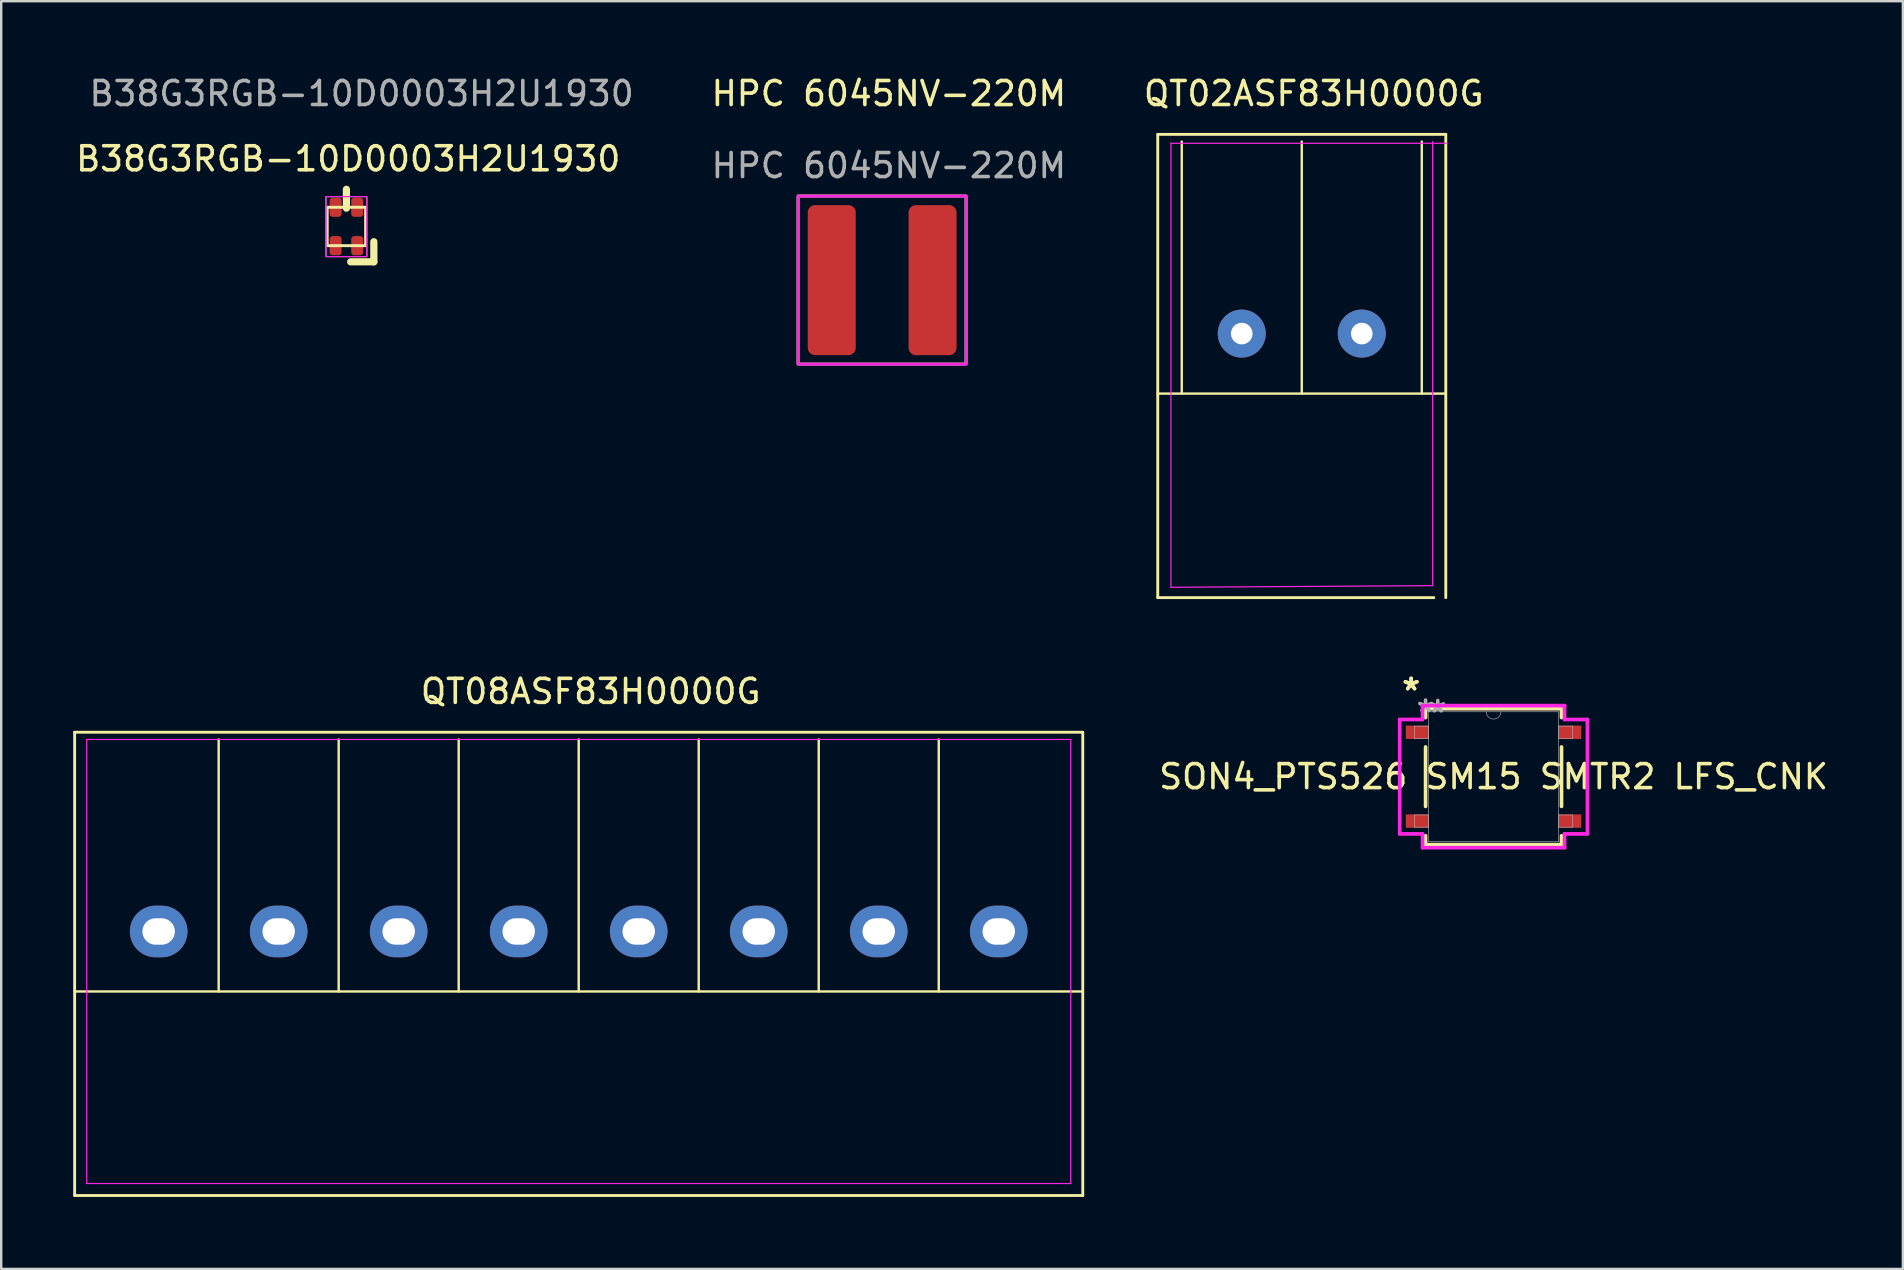
<source format=kicad_pcb>
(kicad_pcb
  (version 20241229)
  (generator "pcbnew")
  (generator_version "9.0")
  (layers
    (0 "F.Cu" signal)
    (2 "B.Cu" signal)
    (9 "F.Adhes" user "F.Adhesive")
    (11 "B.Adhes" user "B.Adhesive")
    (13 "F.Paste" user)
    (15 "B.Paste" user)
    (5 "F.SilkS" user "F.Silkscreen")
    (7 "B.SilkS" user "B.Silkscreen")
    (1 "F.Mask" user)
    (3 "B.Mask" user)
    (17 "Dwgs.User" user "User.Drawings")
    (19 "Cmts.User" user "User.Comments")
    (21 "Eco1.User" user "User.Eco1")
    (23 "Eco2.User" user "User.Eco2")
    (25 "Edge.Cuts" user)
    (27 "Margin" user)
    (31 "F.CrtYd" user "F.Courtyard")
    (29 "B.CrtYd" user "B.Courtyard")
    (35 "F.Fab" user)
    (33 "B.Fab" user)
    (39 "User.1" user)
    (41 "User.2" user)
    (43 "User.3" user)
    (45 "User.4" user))
  (footprint "SON4_PTS526 SM15 SMTR2 LFS_CNK"
    (layer "F.Cu")
    (at 59.174 29.308)
    (property "Reference" "SON4_PTS526 SM15 SMTR2 LFS_CNK" (at 0 0 0) (unlocked yes) (layer "F.SilkS") (effects (font (size 1 1) (thickness 0.15))))
    (attr smd)
    (fp_line (start -2.832 -2.832) (end -2.832 -2.462) (stroke (width 0.152) (type solid)) (layer "F.SilkS"))
    (fp_line (start -2.832 -1.238) (end -2.832 1.238) (stroke (width 0.152) (type solid)) (layer "F.SilkS"))
    (fp_line (start -2.832 2.462) (end -2.832 2.832) (stroke (width 0.152) (type solid)) (layer "F.SilkS"))
    (fp_line (start -2.832 2.832) (end 2.832 2.832) (stroke (width 0.152) (type solid)) (layer "F.SilkS"))
    (fp_line (start 2.832 -2.832) (end -2.832 -2.832) (stroke (width 0.152) (type solid)) (layer "F.SilkS"))
    (fp_line (start 2.832 -2.462) (end 2.832 -2.832) (stroke (width 0.152) (type solid)) (layer "F.SilkS"))
    (fp_line (start 2.832 1.238) (end 2.832 -1.238) (stroke (width 0.152) (type solid)) (layer "F.SilkS"))
    (fp_line (start 2.832 2.832) (end 2.832 2.462) (stroke (width 0.152) (type solid)) (layer "F.SilkS"))
    (fp_line (start -3.91 -2.383) (end -2.959 -2.383) (stroke (width 0.152) (type solid)) (layer "F.CrtYd"))
    (fp_line (start -3.91 2.383) (end -3.91 -2.383) (stroke (width 0.152) (type solid)) (layer "F.CrtYd"))
    (fp_line (start -3.91 2.383) (end -2.959 2.383) (stroke (width 0.152) (type solid)) (layer "F.CrtYd"))
    (fp_line (start -2.959 -2.959) (end 2.959 -2.959) (stroke (width 0.152) (type solid)) (layer "F.CrtYd"))
    (fp_line (start -2.959 -2.383) (end -2.959 -2.959) (stroke (width 0.152) (type solid)) (layer "F.CrtYd"))
    (fp_line (start -2.959 2.959) (end -2.959 2.383) (stroke (width 0.152) (type solid)) (layer "F.CrtYd"))
    (fp_line (start 2.959 -2.959) (end 2.959 -2.383) (stroke (width 0.152) (type solid)) (layer "F.CrtYd"))
    (fp_line (start 2.959 2.383) (end 2.959 2.959) (stroke (width 0.152) (type solid)) (layer "F.CrtYd"))
    (fp_line (start 2.959 2.959) (end -2.959 2.959) (stroke (width 0.152) (type solid)) (layer "F.CrtYd"))
    (fp_line (start 3.91 -2.383) (end 2.959 -2.383) (stroke (width 0.152) (type solid)) (layer "F.CrtYd"))
    (fp_line (start 3.91 -2.383) (end 3.91 2.383) (stroke (width 0.152) (type solid)) (layer "F.CrtYd"))
    (fp_line (start 3.91 2.383) (end 2.959 2.383) (stroke (width 0.152) (type solid)) (layer "F.CrtYd"))
    (fp_line (start -3.3 -2.104) (end -3.3 -1.596) (stroke (width 0.025) (type solid)) (layer "F.Fab"))
    (fp_line (start -3.3 -1.596) (end -2.705 -1.596) (stroke (width 0.025) (type solid)) (layer "F.Fab"))
    (fp_line (start -3.3 1.596) (end -3.3 2.104) (stroke (width 0.025) (type solid)) (layer "F.Fab"))
    (fp_line (start -3.3 2.104) (end -2.705 2.104) (stroke (width 0.025) (type solid)) (layer "F.Fab"))
    (fp_line (start -2.705 -2.705) (end -2.705 2.705) (stroke (width 0.025) (type solid)) (layer "F.Fab"))
    (fp_line (start -2.705 -2.104) (end -3.3 -2.104) (stroke (width 0.025) (type solid)) (layer "F.Fab"))
    (fp_line (start -2.705 -1.596) (end -2.705 -2.104) (stroke (width 0.025) (type solid)) (layer "F.Fab"))
    (fp_line (start -2.705 1.596) (end -3.3 1.596) (stroke (width 0.025) (type solid)) (layer "F.Fab"))
    (fp_line (start -2.705 2.104) (end -2.705 1.596) (stroke (width 0.025) (type solid)) (layer "F.Fab"))
    (fp_line (start -2.705 2.705) (end 2.705 2.705) (stroke (width 0.025) (type solid)) (layer "F.Fab"))
    (fp_line (start 2.705 -2.705) (end -2.705 -2.705) (stroke (width 0.025) (type solid)) (layer "F.Fab"))
    (fp_line (start 2.705 -2.104) (end 2.705 -1.596) (stroke (width 0.025) (type solid)) (layer "F.Fab"))
    (fp_line (start 2.705 -1.596) (end 3.3 -1.596) (stroke (width 0.025) (type solid)) (layer "F.Fab"))
    (fp_line (start 2.705 1.596) (end 2.705 2.104) (stroke (width 0.025) (type solid)) (layer "F.Fab"))
    (fp_line (start 2.705 2.104) (end 3.3 2.104) (stroke (width 0.025) (type solid)) (layer "F.Fab"))
    (fp_line (start 2.705 2.705) (end 2.705 -2.705) (stroke (width 0.025) (type solid)) (layer "F.Fab"))
    (fp_line (start 3.3 -2.104) (end 2.705 -2.104) (stroke (width 0.025) (type solid)) (layer "F.Fab"))
    (fp_line (start 3.3 -1.596) (end 3.3 -2.104) (stroke (width 0.025) (type solid)) (layer "F.Fab"))
    (fp_line (start 3.3 1.596) (end 2.705 1.596) (stroke (width 0.025) (type solid)) (layer "F.Fab"))
    (fp_line (start 3.3 2.104) (end 3.3 1.596) (stroke (width 0.025) (type solid)) (layer "F.Fab"))
    (fp_arc (start 0.3048 -2.7051) (mid 0 -2.4003) (end -0.3048 -2.7051) (stroke (width 0.0254) (type solid)) (layer "F.Fab"))
    (fp_text user "*" (at -3.434 -3.552 0) (unlocked yes) (layer "F.SilkS") (effects (font (size 1 1) (thickness 0.15))))
    (fp_text user "*" (at -3.434 -3.552 0) (layer "F.SilkS") (effects (font (size 1 1) (thickness 0.15))))
    (fp_text user "*" (at -2.324 -2.629 0) (layer "F.Fab") (effects (font (size 1 1) (thickness 0.15))))
    (fp_text user "*" (at -2.832 -2.647 0) (unlocked yes) (layer "F.Fab") (effects (font (size 1 1) (thickness 0.15))))
    (pad "1" smd rect (at -3.18 -1.85) (size 0.951 0.559) (layers "F.Cu" "F.Mask" "F.Paste"))
    (pad "2" smd rect (at 3.18 -1.85) (size 0.951 0.559) (layers "F.Cu" "F.Mask" "F.Paste"))
    (pad "3" smd rect (at -3.18 1.85) (size 0.951 0.559) (layers "F.Cu" "F.Mask" "F.Paste"))
    (pad "4" smd rect (at 3.18 1.85) (size 0.951 0.559) (layers "F.Cu" "F.Mask" "F.Paste")))
  (footprint "HPC 6045NV-220M"
    (layer "F.Cu")
    (at 33.702 8.621)
    (property "Reference" "HPC 6045NV-220M" (at 0.279 -7.772 0) (unlocked yes) (layer "F.SilkS") (effects (font (size 1 1) (thickness 0.15))))
    (attr smd)
    (fp_rect (start -3.505 -3.505) (end 3.495 3.495) (stroke (width 0.12) (type solid)) (fill no) (layer "F.SilkS"))
    (fp_rect (start -3.5 -3.5) (end 3.5 3.5) (stroke (width 0.12) (type solid)) (fill no) (layer "F.CrtYd"))
    (fp_text user "${REFERENCE}" (at 0.279 -4.772 0) (unlocked yes) (layer "F.Fab") (effects (font (size 1 1) (thickness 0.15))))
    (pad "1" smd roundrect (at 2.1 0) (size 2 6.25) (layers "F.Cu" "F.Mask" "F.Paste") (roundrect_rratio 0.15))
    (pad "2" smd roundrect (at -2.1 0) (size 2 6.25) (layers "F.Cu" "F.Mask" "F.Paste") (roundrect_rratio 0.15)))
  (footprint "QT08ASF83H0000G"
    (layer "F.Cu")
    (at 21.06 35.757)
    (property "Reference" "QT08ASF83H0000G" (at 0.5 -10 0) (layer "F.SilkS") (effects (font (size 1 1) (thickness 0.15))))
    (attr through_hole)
    (fp_line (start -21 -8.3) (end 21 -8.3) (stroke (width 0.12) (type solid)) (layer "F.SilkS"))
    (fp_line (start -21 11) (end -21 -8.3) (stroke (width 0.12) (type solid)) (layer "F.SilkS"))
    (fp_line (start -15 -8) (end -15 2.5) (stroke (width 0.1) (type default)) (layer "F.SilkS"))
    (fp_line (start -10 -8) (end -10 2.5) (stroke (width 0.1) (type default)) (layer "F.SilkS"))
    (fp_line (start -5 -8) (end -5 2.5) (stroke (width 0.1) (type default)) (layer "F.SilkS"))
    (fp_line (start 0 -8) (end 0 2.5) (stroke (width 0.1) (type default)) (layer "F.SilkS"))
    (fp_line (start 5 -8) (end 5 2.5) (stroke (width 0.1) (type default)) (layer "F.SilkS"))
    (fp_line (start 10 -8) (end 10 2.5) (stroke (width 0.1) (type default)) (layer "F.SilkS"))
    (fp_line (start 15 -8) (end 15 2.5) (stroke (width 0.1) (type default)) (layer "F.SilkS"))
    (fp_line (start 21 -8.3) (end 21 11) (stroke (width 0.12) (type solid)) (layer "F.SilkS"))
    (fp_line (start 21 2.5) (end -21 2.5) (stroke (width 0.1) (type default)) (layer "F.SilkS"))
    (fp_line (start 21 11) (end -21 11) (stroke (width 0.12) (type solid)) (layer "F.SilkS"))
    (fp_line (start -20.498 -8) (end 20.5 -8) (stroke (width 0.05) (type solid)) (layer "F.CrtYd"))
    (fp_line (start -20.498 10.5) (end -20.498 -8) (stroke (width 0.05) (type solid)) (layer "F.CrtYd"))
    (fp_line (start 20.5 -8) (end 20.5 10.5) (stroke (width 0.05) (type solid)) (layer "F.CrtYd"))
    (fp_line (start 20.5 10.5) (end -20.5 10.5) (stroke (width 0.05) (type solid)) (layer "F.CrtYd"))
    (pad "1" thru_hole oval (at -17.5 0) (size 2.4 2.15) (drill oval 1.35 1.1) (layers "*.Cu" "*.Mask"))
    (pad "2" thru_hole oval (at -12.5 0) (size 2.4 2.15) (drill oval 1.35 1.1) (layers "*.Cu" "*.Mask"))
    (pad "3" thru_hole oval (at -7.5 0) (size 2.4 2.15) (drill oval 1.35 1.1) (layers "*.Cu" "*.Mask"))
    (pad "4" thru_hole oval (at -2.5 0) (size 2.4 2.15) (drill oval 1.35 1.1) (layers "*.Cu" "*.Mask"))
    (pad "5" thru_hole oval (at 2.5 0) (size 2.4 2.15) (drill oval 1.35 1.1) (layers "*.Cu" "*.Mask"))
    (pad "6" thru_hole oval (at 7.5 0) (size 2.4 2.15) (drill oval 1.35 1.1) (layers "*.Cu" "*.Mask"))
    (pad "7" thru_hole oval (at 12.5 0) (size 2.4 2.15) (drill oval 1.35 1.1) (layers "*.Cu" "*.Mask"))
    (pad "8" thru_hole oval (at 17.5 0) (size 2.4 2.15) (drill oval 1.35 1.1) (layers "*.Cu" "*.Mask")))
  (footprint "B38G3RGB-10D0003H2U1930"
    (layer "F.Cu")
    (at 11.382 6.385)
    (property "Reference" "B38G3RGB-10D0003H2U1930" (at 0.076 -2.819 0) (unlocked yes) (layer "F.SilkS") (effects (font (size 1 1) (thickness 0.15))))
    (attr smd)
    (fp_line (start 0 -1.549) (end 0 -0.762) (stroke (width 0.3) (type solid)) (layer "F.SilkS"))
    (fp_line (start 0.178 1.473) (end 1.143 1.473) (stroke (width 0.3) (type solid)) (layer "F.SilkS"))
    (fp_line (start 1.143 1.473) (end 1.143 0.635) (stroke (width 0.3) (type solid)) (layer "F.SilkS"))
    (fp_rect (start -0.8 -0.8) (end 0.8 0.8) (stroke (width 0.12) (type solid)) (fill no) (layer "F.SilkS"))
    (fp_rect (start -0.85 -1.245) (end 0.85 1.255) (stroke (width 0.05) (type solid)) (fill no) (layer "F.CrtYd"))
    (fp_rect (start -0.85 -1.245) (end 0.85 1.255) (stroke (width 0.05) (type solid)) (fill no) (layer "F.Fab"))
    (fp_text user "${REFERENCE}" (at 0.635 -5.537 0) (unlocked yes) (layer "F.Fab") (effects (font (size 1 1) (thickness 0.15))))
    (pad "1" smd roundrect (at 0.45 0.8) (size 0.5 0.8) (layers "F.Cu" "F.Mask" "F.Paste") (roundrect_rratio 0.25))
    (pad "2" smd roundrect (at -0.45 0.8) (size 0.5 0.8) (layers "F.Cu" "F.Mask" "F.Paste") (roundrect_rratio 0.25))
    (pad "3" smd roundrect (at -0.45 -0.8) (size 0.5 0.8) (layers "F.Cu" "F.Mask" "F.Paste") (roundrect_rratio 0.25))
    (pad "4" smd roundrect (at 0.45 -0.8) (size 0.5 0.8) (layers "F.Cu" "F.Mask" "F.Paste") (roundrect_rratio 0.25)))
  (footprint "QT02ASF83H0000G"
    (layer "F.Cu")
    (at 51.184 10.848)
    (property "Reference" "QT02ASF83H0000G" (at 0.5 -10 0) (layer "F.SilkS") (effects (font (size 1 1) (thickness 0.15))))
    (attr through_hole)
    (fp_line (start -6 -8.3) (end 6 -8.3) (stroke (width 0.12) (type solid)) (layer "F.SilkS"))
    (fp_line (start -6 11) (end -6 -8.3) (stroke (width 0.12) (type solid)) (layer "F.SilkS"))
    (fp_line (start -5 -8) (end -5 2.5) (stroke (width 0.1) (type default)) (layer "F.SilkS"))
    (fp_line (start 0 -8) (end 0 2.5) (stroke (width 0.1) (type default)) (layer "F.SilkS"))
    (fp_line (start 5 -8) (end 5 2.5) (stroke (width 0.1) (type default)) (layer "F.SilkS"))
    (fp_line (start 5.5 11) (end -6 11) (stroke (width 0.12) (type solid)) (layer "F.SilkS"))
    (fp_line (start 6 -8.3) (end 6 11) (stroke (width 0.12) (type solid)) (layer "F.SilkS"))
    (fp_line (start 6 2.5) (end -6 2.5) (stroke (width 0.1) (type default)) (layer "F.SilkS"))
    (fp_line (start -5.45 -7.93) (end 6.05 -7.93) (stroke (width 0.05) (type solid)) (layer "F.CrtYd"))
    (fp_line (start -5.45 10.57) (end -5.45 -7.93) (stroke (width 0.05) (type solid)) (layer "F.CrtYd"))
    (fp_line (start 5.45 -8) (end 5.45 10.5) (stroke (width 0.05) (type solid)) (layer "F.CrtYd"))
    (fp_line (start 5.45 10.501) (end -5.45 10.57) (stroke (width 0.05) (type solid)) (layer "F.CrtYd"))
    (pad "4" thru_hole circle (at -2.5 0) (size 2 2) (drill 0.9) (layers "*.Cu" "*.Mask"))
    (pad "5" thru_hole circle (at 2.5 0) (size 2 2) (drill 0.9) (layers "*.Cu" "*.Mask")))
  (gr_rect
    (start -3 -3)
    (end 76.227 49.816)
    (stroke (width 0.1) (type default))
    (fill no)
    (layer "Edge.Cuts")))
</source>
